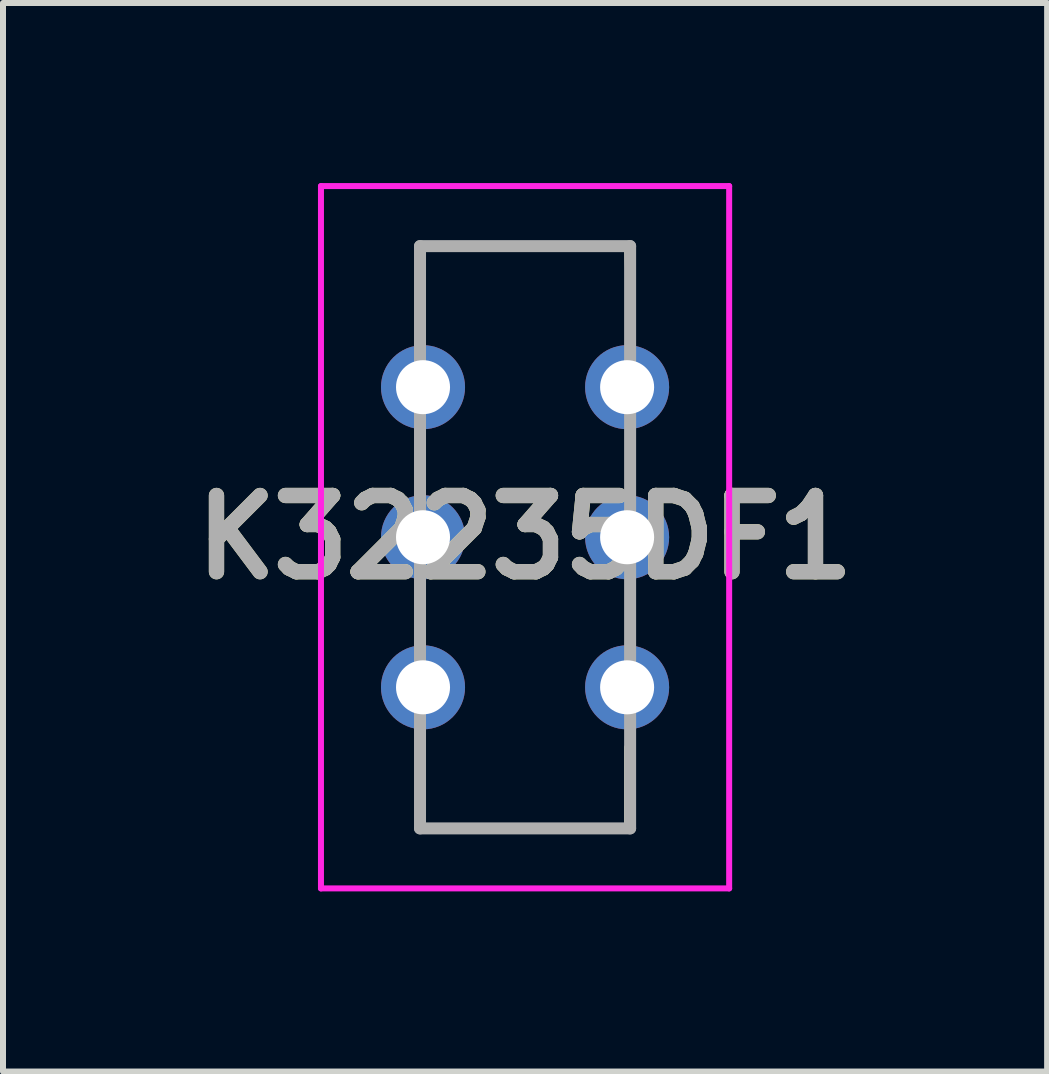
<source format=kicad_pcb>
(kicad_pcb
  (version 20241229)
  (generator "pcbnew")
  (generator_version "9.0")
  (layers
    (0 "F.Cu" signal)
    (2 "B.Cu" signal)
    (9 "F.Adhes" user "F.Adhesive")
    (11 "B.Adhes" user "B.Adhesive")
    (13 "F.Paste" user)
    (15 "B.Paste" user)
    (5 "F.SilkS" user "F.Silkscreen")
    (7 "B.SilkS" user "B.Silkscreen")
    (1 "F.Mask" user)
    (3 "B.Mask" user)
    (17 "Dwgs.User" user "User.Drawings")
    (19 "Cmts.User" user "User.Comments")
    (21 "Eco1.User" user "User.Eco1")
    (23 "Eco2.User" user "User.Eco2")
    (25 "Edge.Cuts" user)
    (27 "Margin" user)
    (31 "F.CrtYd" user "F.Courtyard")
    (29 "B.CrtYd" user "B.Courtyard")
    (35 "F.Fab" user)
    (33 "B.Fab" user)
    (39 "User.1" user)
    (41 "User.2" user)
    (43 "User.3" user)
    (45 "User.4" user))
  (footprint "K32235DF1"
    (layer "F.Cu")
    (at 3.997 3.4)
    (property "Reference" "K32235DF1" (at 1.7 2.5 0) (layer "F.SilkS") (effects (font (size 1.27 1.27) (thickness 0.254))))
    (attr through_hole)
    (fp_line (start -0.05 -2.35) (end 3.4 -2.35) (stroke (width 0.1) (type solid)) (layer "F.SilkS"))
    (fp_line (start -0.05 -1) (end -0.05 -2.35) (stroke (width 0.1) (type solid)) (layer "F.SilkS"))
    (fp_line (start -0.05 6) (end -0.05 7.35) (stroke (width 0.1) (type solid)) (layer "F.SilkS"))
    (fp_line (start -0.05 7.35) (end 3.4 7.35) (stroke (width 0.1) (type solid)) (layer "F.SilkS"))
    (fp_line (start 3.4 -2.35) (end 3.45 -1) (stroke (width 0.1) (type solid)) (layer "F.SilkS"))
    (fp_line (start 3.4 7.35) (end 3.4 6) (stroke (width 0.1) (type solid)) (layer "F.SilkS"))
    (fp_line (start -1.7 -3.35) (end 5.1 -3.35) (stroke (width 0.1) (type solid)) (layer "F.CrtYd"))
    (fp_line (start -1.7 8.35) (end -1.7 -3.35) (stroke (width 0.1) (type solid)) (layer "F.CrtYd"))
    (fp_line (start 5.1 -3.35) (end 5.1 8.35) (stroke (width 0.1) (type solid)) (layer "F.CrtYd"))
    (fp_line (start 5.1 8.35) (end -1.7 8.35) (stroke (width 0.1) (type solid)) (layer "F.CrtYd"))
    (fp_line (start -0.05 -2.35) (end 3.45 -2.35) (stroke (width 0.2) (type solid)) (layer "F.Fab"))
    (fp_line (start -0.05 7.35) (end -0.05 -2.35) (stroke (width 0.2) (type solid)) (layer "F.Fab"))
    (fp_line (start 3.45 -2.35) (end 3.45 7.35) (stroke (width 0.2) (type solid)) (layer "F.Fab"))
    (fp_line (start 3.45 7.35) (end -0.05 7.35) (stroke (width 0.2) (type solid)) (layer "F.Fab"))
    (fp_text user "${REFERENCE}" (at 1.7 2.5 0) (layer "F.Fab") (effects (font (size 1.27 1.27) (thickness 0.254))))
    (pad "1" thru_hole circle (at 0 0) (size 1.4 1.4) (drill 0.9) (layers "*.Cu" "*.Mask"))
    (pad "2" thru_hole circle (at 3.4 0) (size 1.4 1.4) (drill 0.9) (layers "*.Cu" "*.Mask"))
    (pad "3" thru_hole circle (at 0 2.5) (size 1.4 1.4) (drill 0.9) (layers "*.Cu" "*.Mask"))
    (pad "4" thru_hole circle (at 3.4 2.5) (size 1.4 1.4) (drill 0.9) (layers "*.Cu" "*.Mask"))
    (pad "5" thru_hole circle (at 0 5) (size 1.4 1.4) (drill 0.9) (layers "*.Cu" "*.Mask"))
    (pad "6" thru_hole circle (at 3.4 5) (size 1.4 1.4) (drill 0.9) (layers "*.Cu" "*.Mask")))
  (gr_rect
    (start -3 -3)
    (end 14.394 14.8)
    (stroke (width 0.1) (type default))
    (fill no)
    (layer "Edge.Cuts")))
</source>
